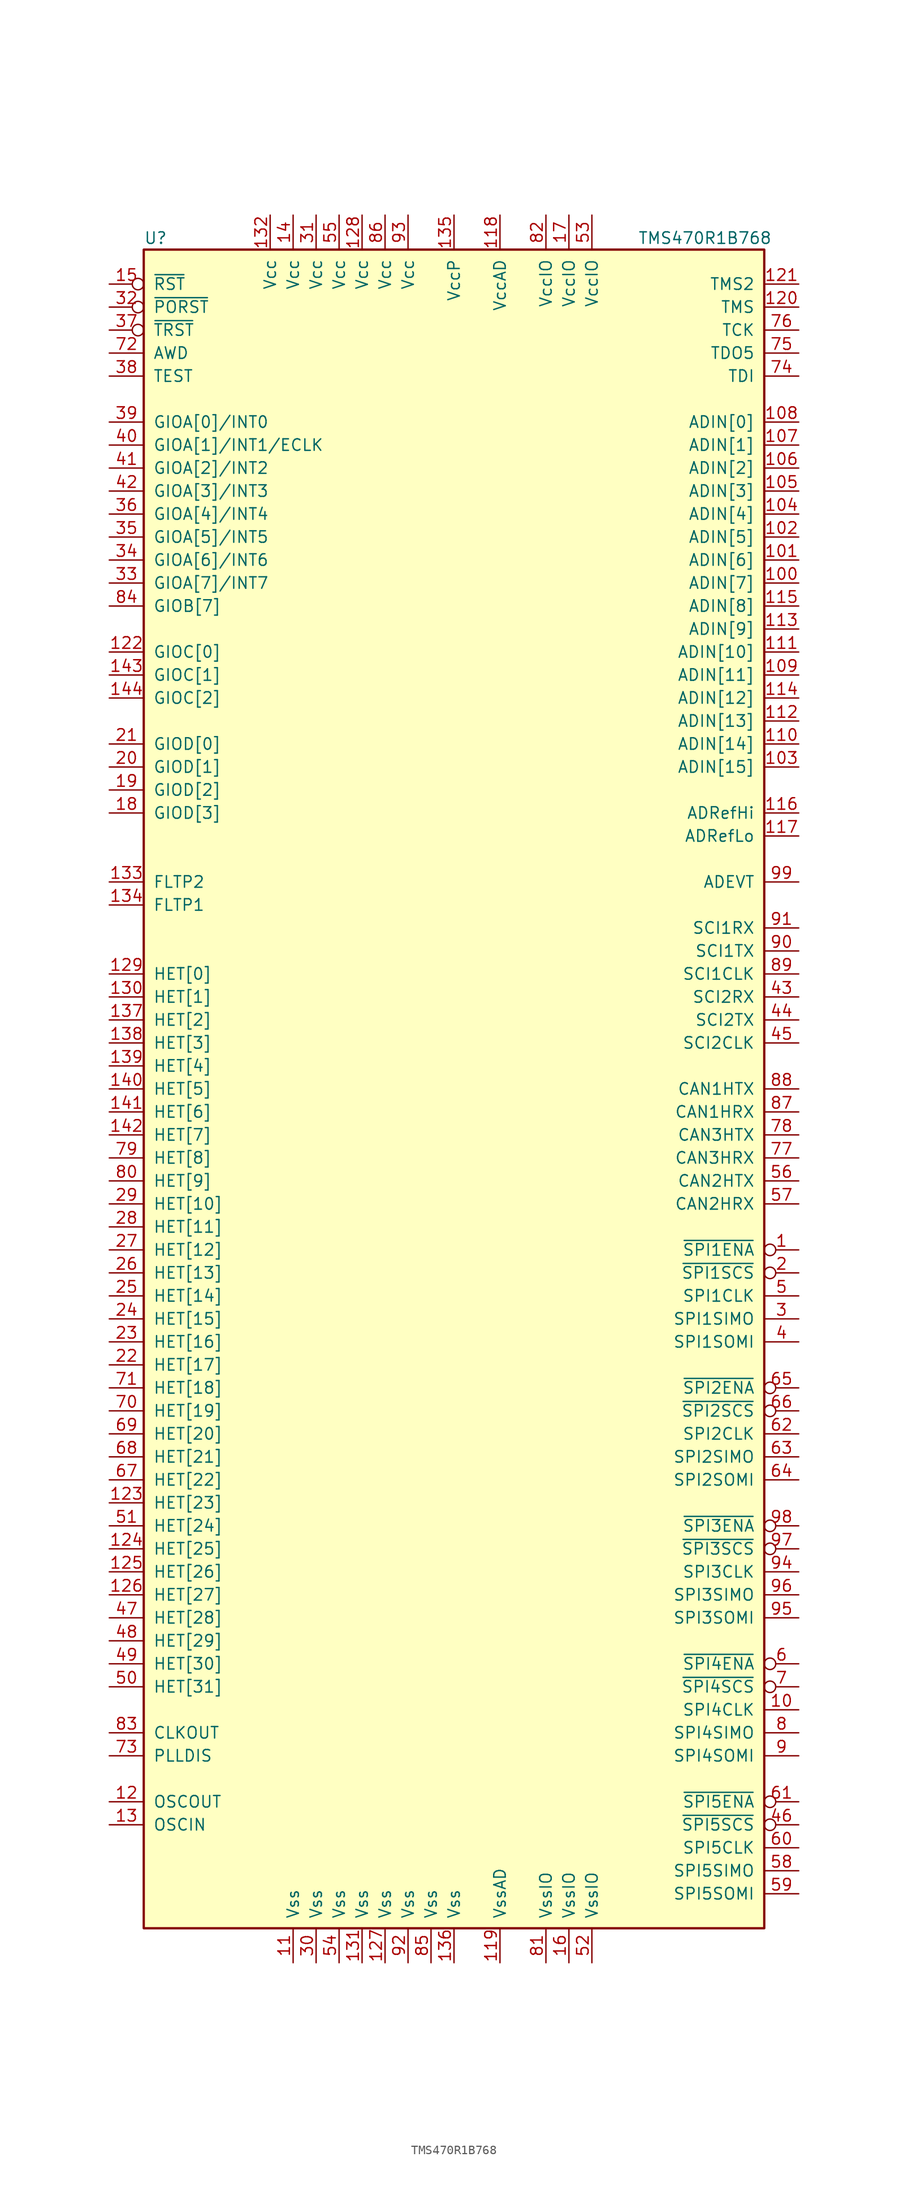
<source format=kicad_sym>
(kicad_symbol_lib
  (version 20231120)
  (generator "kicad_symbol_editor")
  (generator_version "8.0")
  (symbol "TMS470R1B768"
    (pin_names
      (offset 1.016))
    (property "Reference" "U"
      (at -34.29 93.98 0)
      (effects (font (size 1.27 1.27)) (justify left)))
    (property "Value" "TMS470R1B768"
      (at 20.32 93.98 0)
      (effects (font (size 1.27 1.27)) (justify left)))
    (symbol "TMS470R1B768_0_1"
      (rectangle (start -34.29 92.71) (end 34.29 -92.71) (stroke (width 0.254) (type default)) (fill (type background))))
    (symbol "TMS470R1B768_1_1"
      (pin passive inverted (at 38.1 -17.78 180) (length 3.81) (name "~{SPI1ENA}" (effects (font (size 1.27 1.27)))) (number "1" (effects (font (size 1.27 1.27)))))
      (pin passive line (at 38.1 -68.58 180) (length 3.81) (name "SPI4CLK" (effects (font (size 1.27 1.27)))) (number "10" (effects (font (size 1.27 1.27)))))
      (pin passive line (at 38.1 55.88 180) (length 3.81) (name "ADIN[7]" (effects (font (size 1.27 1.27)))) (number "100" (effects (font (size 1.27 1.27)))))
      (pin passive line (at 38.1 58.42 180) (length 3.81) (name "ADIN[6]" (effects (font (size 1.27 1.27)))) (number "101" (effects (font (size 1.27 1.27)))))
      (pin passive line (at 38.1 60.96 180) (length 3.81) (name "ADIN[5]" (effects (font (size 1.27 1.27)))) (number "102" (effects (font (size 1.27 1.27)))))
      (pin passive line (at 38.1 35.56 180) (length 3.81) (name "ADIN[15]" (effects (font (size 1.27 1.27)))) (number "103" (effects (font (size 1.27 1.27)))))
      (pin passive line (at 38.1 63.5 180) (length 3.81) (name "ADIN[4]" (effects (font (size 1.27 1.27)))) (number "104" (effects (font (size 1.27 1.27)))))
      (pin passive line (at 38.1 66.04 180) (length 3.81) (name "ADIN[3]" (effects (font (size 1.27 1.27)))) (number "105" (effects (font (size 1.27 1.27)))))
      (pin passive line (at 38.1 68.58 180) (length 3.81) (name "ADIN[2]" (effects (font (size 1.27 1.27)))) (number "106" (effects (font (size 1.27 1.27)))))
      (pin passive line (at 38.1 71.12 180) (length 3.81) (name "ADIN[1]" (effects (font (size 1.27 1.27)))) (number "107" (effects (font (size 1.27 1.27)))))
      (pin passive line (at 38.1 73.66 180) (length 3.81) (name "ADIN[0]" (effects (font (size 1.27 1.27)))) (number "108" (effects (font (size 1.27 1.27)))))
      (pin passive line (at 38.1 45.72 180) (length 3.81) (name "ADIN[11]" (effects (font (size 1.27 1.27)))) (number "109" (effects (font (size 1.27 1.27)))))
      (pin power_in line (at -17.78 -96.52 90) (length 3.81) (name "Vss" (effects (font (size 1.27 1.27)))) (number "11" (effects (font (size 1.27 1.27)))))
      (pin passive line (at 38.1 38.1 180) (length 3.81) (name "ADIN[14]" (effects (font (size 1.27 1.27)))) (number "110" (effects (font (size 1.27 1.27)))))
      (pin passive line (at 38.1 48.26 180) (length 3.81) (name "ADIN[10]" (effects (font (size 1.27 1.27)))) (number "111" (effects (font (size 1.27 1.27)))))
      (pin passive line (at 38.1 40.64 180) (length 3.81) (name "ADIN[13]" (effects (font (size 1.27 1.27)))) (number "112" (effects (font (size 1.27 1.27)))))
      (pin passive line (at 38.1 50.8 180) (length 3.81) (name "ADIN[9]" (effects (font (size 1.27 1.27)))) (number "113" (effects (font (size 1.27 1.27)))))
      (pin passive line (at 38.1 43.18 180) (length 3.81) (name "ADIN[12]" (effects (font (size 1.27 1.27)))) (number "114" (effects (font (size 1.27 1.27)))))
      (pin passive line (at 38.1 53.34 180) (length 3.81) (name "ADIN[8]" (effects (font (size 1.27 1.27)))) (number "115" (effects (font (size 1.27 1.27)))))
      (pin passive line (at 38.1 30.48 180) (length 3.81) (name "ADRefHi" (effects (font (size 1.27 1.27)))) (number "116" (effects (font (size 1.27 1.27)))))
      (pin passive line (at 38.1 27.94 180) (length 3.81) (name "ADRefLo" (effects (font (size 1.27 1.27)))) (number "117" (effects (font (size 1.27 1.27)))))
      (pin passive line (at 5.08 96.52 270) (length 3.81) (name "VccAD" (effects (font (size 1.27 1.27)))) (number "118" (effects (font (size 1.27 1.27)))))
      (pin passive line (at 5.08 -96.52 90) (length 3.81) (name "VssAD" (effects (font (size 1.27 1.27)))) (number "119" (effects (font (size 1.27 1.27)))))
      (pin passive line (at -38.1 -78.74 0) (length 3.81) (name "OSCOUT" (effects (font (size 1.27 1.27)))) (number "12" (effects (font (size 1.27 1.27)))))
      (pin passive line (at 38.1 86.36 180) (length 3.81) (name "TMS" (effects (font (size 1.27 1.27)))) (number "120" (effects (font (size 1.27 1.27)))))
      (pin passive line (at 38.1 88.9 180) (length 3.81) (name "TMS2" (effects (font (size 1.27 1.27)))) (number "121" (effects (font (size 1.27 1.27)))))
      (pin passive line (at -38.1 48.26 0) (length 3.81) (name "GIOC[0]" (effects (font (size 1.27 1.27)))) (number "122" (effects (font (size 1.27 1.27)))))
      (pin passive line (at -38.1 -45.72 0) (length 3.81) (name "HET[23]" (effects (font (size 1.27 1.27)))) (number "123" (effects (font (size 1.27 1.27)))))
      (pin passive line (at -38.1 -50.8 0) (length 3.81) (name "HET[25]" (effects (font (size 1.27 1.27)))) (number "124" (effects (font (size 1.27 1.27)))))
      (pin passive line (at -38.1 -53.34 0) (length 3.81) (name "HET[26]" (effects (font (size 1.27 1.27)))) (number "125" (effects (font (size 1.27 1.27)))))
      (pin passive line (at -38.1 -55.88 0) (length 3.81) (name "HET[27]" (effects (font (size 1.27 1.27)))) (number "126" (effects (font (size 1.27 1.27)))))
      (pin passive line (at -7.62 -96.52 90) (length 3.81) (name "Vss" (effects (font (size 1.27 1.27)))) (number "127" (effects (font (size 1.27 1.27)))))
      (pin passive line (at -10.16 96.52 270) (length 3.81) (name "Vcc" (effects (font (size 1.27 1.27)))) (number "128" (effects (font (size 1.27 1.27)))))
      (pin passive line (at -38.1 12.7 0) (length 3.81) (name "HET[0]" (effects (font (size 1.27 1.27)))) (number "129" (effects (font (size 1.27 1.27)))))
      (pin passive line (at -38.1 -81.28 0) (length 3.81) (name "OSCIN" (effects (font (size 1.27 1.27)))) (number "13" (effects (font (size 1.27 1.27)))))
      (pin passive line (at -38.1 10.16 0) (length 3.81) (name "HET[1]" (effects (font (size 1.27 1.27)))) (number "130" (effects (font (size 1.27 1.27)))))
      (pin passive line (at -10.16 -96.52 90) (length 3.81) (name "Vss" (effects (font (size 1.27 1.27)))) (number "131" (effects (font (size 1.27 1.27)))))
      (pin passive line (at -20.32 96.52 270) (length 3.81) (name "Vcc" (effects (font (size 1.27 1.27)))) (number "132" (effects (font (size 1.27 1.27)))))
      (pin passive line (at -38.1 22.86 0) (length 3.81) (name "FLTP2" (effects (font (size 1.27 1.27)))) (number "133" (effects (font (size 1.27 1.27)))))
      (pin passive line (at -38.1 20.32 0) (length 3.81) (name "FLTP1" (effects (font (size 1.27 1.27)))) (number "134" (effects (font (size 1.27 1.27)))))
      (pin passive line (at 0 96.52 270) (length 3.81) (name "VccP" (effects (font (size 1.27 1.27)))) (number "135" (effects (font (size 1.27 1.27)))))
      (pin passive line (at 0 -96.52 90) (length 3.81) (name "Vss" (effects (font (size 1.27 1.27)))) (number "136" (effects (font (size 1.27 1.27)))))
      (pin passive line (at -38.1 7.62 0) (length 3.81) (name "HET[2]" (effects (font (size 1.27 1.27)))) (number "137" (effects (font (size 1.27 1.27)))))
      (pin passive line (at -38.1 5.08 0) (length 3.81) (name "HET[3]" (effects (font (size 1.27 1.27)))) (number "138" (effects (font (size 1.27 1.27)))))
      (pin passive line (at -38.1 2.54 0) (length 3.81) (name "HET[4]" (effects (font (size 1.27 1.27)))) (number "139" (effects (font (size 1.27 1.27)))))
      (pin power_in line (at -17.78 96.52 270) (length 3.81) (name "Vcc" (effects (font (size 1.27 1.27)))) (number "14" (effects (font (size 1.27 1.27)))))
      (pin passive line (at -38.1 0 0) (length 3.81) (name "HET[5]" (effects (font (size 1.27 1.27)))) (number "140" (effects (font (size 1.27 1.27)))))
      (pin passive line (at -38.1 -2.54 0) (length 3.81) (name "HET[6]" (effects (font (size 1.27 1.27)))) (number "141" (effects (font (size 1.27 1.27)))))
      (pin passive line (at -38.1 -5.08 0) (length 3.81) (name "HET[7]" (effects (font (size 1.27 1.27)))) (number "142" (effects (font (size 1.27 1.27)))))
      (pin passive line (at -38.1 45.72 0) (length 3.81) (name "GIOC[1]" (effects (font (size 1.27 1.27)))) (number "143" (effects (font (size 1.27 1.27)))))
      (pin passive line (at -38.1 43.18 0) (length 3.81) (name "GIOC[2]" (effects (font (size 1.27 1.27)))) (number "144" (effects (font (size 1.27 1.27)))))
      (pin input inverted (at -38.1 88.9 0) (length 3.81) (name "~{RST}" (effects (font (size 1.27 1.27)))) (number "15" (effects (font (size 1.27 1.27)))))
      (pin power_in line (at 12.7 -96.52 90) (length 3.81) (name "VssIO" (effects (font (size 1.27 1.27)))) (number "16" (effects (font (size 1.27 1.27)))))
      (pin power_in line (at 12.7 96.52 270) (length 3.81) (name "VccIO" (effects (font (size 1.27 1.27)))) (number "17" (effects (font (size 1.27 1.27)))))
      (pin passive line (at -38.1 30.48 0) (length 3.81) (name "GIOD[3]" (effects (font (size 1.27 1.27)))) (number "18" (effects (font (size 1.27 1.27)))))
      (pin passive line (at -38.1 33.02 0) (length 3.81) (name "GIOD[2]" (effects (font (size 1.27 1.27)))) (number "19" (effects (font (size 1.27 1.27)))))
      (pin passive inverted (at 38.1 -20.32 180) (length 3.81) (name "~{SPI1SCS}" (effects (font (size 1.27 1.27)))) (number "2" (effects (font (size 1.27 1.27)))))
      (pin passive line (at -38.1 35.56 0) (length 3.81) (name "GIOD[1]" (effects (font (size 1.27 1.27)))) (number "20" (effects (font (size 1.27 1.27)))))
      (pin passive line (at -38.1 38.1 0) (length 3.81) (name "GIOD[0]" (effects (font (size 1.27 1.27)))) (number "21" (effects (font (size 1.27 1.27)))))
      (pin passive line (at -38.1 -30.48 0) (length 3.81) (name "HET[17]" (effects (font (size 1.27 1.27)))) (number "22" (effects (font (size 1.27 1.27)))))
      (pin passive line (at -38.1 -27.94 0) (length 3.81) (name "HET[16]" (effects (font (size 1.27 1.27)))) (number "23" (effects (font (size 1.27 1.27)))))
      (pin passive line (at -38.1 -25.4 0) (length 3.81) (name "HET[15]" (effects (font (size 1.27 1.27)))) (number "24" (effects (font (size 1.27 1.27)))))
      (pin passive line (at -38.1 -22.86 0) (length 3.81) (name "HET[14]" (effects (font (size 1.27 1.27)))) (number "25" (effects (font (size 1.27 1.27)))))
      (pin passive line (at -38.1 -20.32 0) (length 3.81) (name "HET[13]" (effects (font (size 1.27 1.27)))) (number "26" (effects (font (size 1.27 1.27)))))
      (pin passive line (at -38.1 -17.78 0) (length 3.81) (name "HET[12]" (effects (font (size 1.27 1.27)))) (number "27" (effects (font (size 1.27 1.27)))))
      (pin passive line (at -38.1 -15.24 0) (length 3.81) (name "HET[11]" (effects (font (size 1.27 1.27)))) (number "28" (effects (font (size 1.27 1.27)))))
      (pin passive line (at -38.1 -12.7 0) (length 3.81) (name "HET[10]" (effects (font (size 1.27 1.27)))) (number "29" (effects (font (size 1.27 1.27)))))
      (pin passive line (at 38.1 -25.4 180) (length 3.81) (name "SPI1SIMO" (effects (font (size 1.27 1.27)))) (number "3" (effects (font (size 1.27 1.27)))))
      (pin passive line (at -15.24 -96.52 90) (length 3.81) (name "Vss" (effects (font (size 1.27 1.27)))) (number "30" (effects (font (size 1.27 1.27)))))
      (pin passive line (at -15.24 96.52 270) (length 3.81) (name "Vcc" (effects (font (size 1.27 1.27)))) (number "31" (effects (font (size 1.27 1.27)))))
      (pin input inverted (at -38.1 86.36 0) (length 3.81) (name "~{PORST}" (effects (font (size 1.27 1.27)))) (number "32" (effects (font (size 1.27 1.27)))))
      (pin passive line (at -38.1 55.88 0) (length 3.81) (name "GIOA[7]/INT7" (effects (font (size 1.27 1.27)))) (number "33" (effects (font (size 1.27 1.27)))))
      (pin passive line (at -38.1 58.42 0) (length 3.81) (name "GIOA[6]/INT6" (effects (font (size 1.27 1.27)))) (number "34" (effects (font (size 1.27 1.27)))))
      (pin passive line (at -38.1 60.96 0) (length 3.81) (name "GIOA[5]/INT5" (effects (font (size 1.27 1.27)))) (number "35" (effects (font (size 1.27 1.27)))))
      (pin passive line (at -38.1 63.5 0) (length 3.81) (name "GIOA[4]/INT4" (effects (font (size 1.27 1.27)))) (number "36" (effects (font (size 1.27 1.27)))))
      (pin input inverted (at -38.1 83.82 0) (length 3.81) (name "~{TRST}" (effects (font (size 1.27 1.27)))) (number "37" (effects (font (size 1.27 1.27)))))
      (pin passive line (at -38.1 78.74 0) (length 3.81) (name "TEST" (effects (font (size 1.27 1.27)))) (number "38" (effects (font (size 1.27 1.27)))))
      (pin input line (at -38.1 73.66 0) (length 3.81) (name "GIOA[0]/INT0" (effects (font (size 1.27 1.27)))) (number "39" (effects (font (size 1.27 1.27)))))
      (pin passive line (at 38.1 -27.94 180) (length 3.81) (name "SPI1SOMI" (effects (font (size 1.27 1.27)))) (number "4" (effects (font (size 1.27 1.27)))))
      (pin passive line (at -38.1 71.12 0) (length 3.81) (name "GIOA[1]/INT1/ECLK" (effects (font (size 1.27 1.27)))) (number "40" (effects (font (size 1.27 1.27)))))
      (pin passive line (at -38.1 68.58 0) (length 3.81) (name "GIOA[2]/INT2" (effects (font (size 1.27 1.27)))) (number "41" (effects (font (size 1.27 1.27)))))
      (pin passive line (at -38.1 66.04 0) (length 3.81) (name "GIOA[3]/INT3" (effects (font (size 1.27 1.27)))) (number "42" (effects (font (size 1.27 1.27)))))
      (pin passive line (at 38.1 10.16 180) (length 3.81) (name "SCI2RX" (effects (font (size 1.27 1.27)))) (number "43" (effects (font (size 1.27 1.27)))))
      (pin passive line (at 38.1 7.62 180) (length 3.81) (name "SCI2TX" (effects (font (size 1.27 1.27)))) (number "44" (effects (font (size 1.27 1.27)))))
      (pin passive line (at 38.1 5.08 180) (length 3.81) (name "SCI2CLK" (effects (font (size 1.27 1.27)))) (number "45" (effects (font (size 1.27 1.27)))))
      (pin passive inverted (at 38.1 -81.28 180) (length 3.81) (name "~{SPI5SCS}" (effects (font (size 1.27 1.27)))) (number "46" (effects (font (size 1.27 1.27)))))
      (pin passive line (at -38.1 -58.42 0) (length 3.81) (name "HET[28]" (effects (font (size 1.27 1.27)))) (number "47" (effects (font (size 1.27 1.27)))))
      (pin passive line (at -38.1 -60.96 0) (length 3.81) (name "HET[29]" (effects (font (size 1.27 1.27)))) (number "48" (effects (font (size 1.27 1.27)))))
      (pin passive line (at -38.1 -63.5 0) (length 3.81) (name "HET[30]" (effects (font (size 1.27 1.27)))) (number "49" (effects (font (size 1.27 1.27)))))
      (pin passive line (at 38.1 -22.86 180) (length 3.81) (name "SPI1CLK" (effects (font (size 1.27 1.27)))) (number "5" (effects (font (size 1.27 1.27)))))
      (pin passive line (at -38.1 -66.04 0) (length 3.81) (name "HET[31]" (effects (font (size 1.27 1.27)))) (number "50" (effects (font (size 1.27 1.27)))))
      (pin passive line (at -38.1 -48.26 0) (length 3.81) (name "HET[24]" (effects (font (size 1.27 1.27)))) (number "51" (effects (font (size 1.27 1.27)))))
      (pin power_in line (at 15.24 -96.52 90) (length 3.81) (name "VssIO" (effects (font (size 1.27 1.27)))) (number "52" (effects (font (size 1.27 1.27)))))
      (pin power_in line (at 15.24 96.52 270) (length 3.81) (name "VccIO" (effects (font (size 1.27 1.27)))) (number "53" (effects (font (size 1.27 1.27)))))
      (pin power_in line (at -12.7 -96.52 90) (length 3.81) (name "Vss" (effects (font (size 1.27 1.27)))) (number "54" (effects (font (size 1.27 1.27)))))
      (pin unspecified line (at -12.7 96.52 270) (length 3.81) (name "Vcc" (effects (font (size 1.27 1.27)))) (number "55" (effects (font (size 1.27 1.27)))))
      (pin passive line (at 38.1 -10.16 180) (length 3.81) (name "CAN2HTX" (effects (font (size 1.27 1.27)))) (number "56" (effects (font (size 1.27 1.27)))))
      (pin passive line (at 38.1 -12.7 180) (length 3.81) (name "CAN2HRX" (effects (font (size 1.27 1.27)))) (number "57" (effects (font (size 1.27 1.27)))))
      (pin passive line (at 38.1 -86.36 180) (length 3.81) (name "SPI5SIMO" (effects (font (size 1.27 1.27)))) (number "58" (effects (font (size 1.27 1.27)))))
      (pin passive line (at 38.1 -88.9 180) (length 3.81) (name "SPI5SOMI" (effects (font (size 1.27 1.27)))) (number "59" (effects (font (size 1.27 1.27)))))
      (pin passive inverted (at 38.1 -63.5 180) (length 3.81) (name "~{SPI4ENA}" (effects (font (size 1.27 1.27)))) (number "6" (effects (font (size 1.27 1.27)))))
      (pin passive line (at 38.1 -83.82 180) (length 3.81) (name "SPI5CLK" (effects (font (size 1.27 1.27)))) (number "60" (effects (font (size 1.27 1.27)))))
      (pin passive inverted (at 38.1 -78.74 180) (length 3.81) (name "~{SPI5ENA}" (effects (font (size 1.27 1.27)))) (number "61" (effects (font (size 1.27 1.27)))))
      (pin passive line (at 38.1 -38.1 180) (length 3.81) (name "SPI2CLK" (effects (font (size 1.27 1.27)))) (number "62" (effects (font (size 1.27 1.27)))))
      (pin passive line (at 38.1 -40.64 180) (length 3.81) (name "SPI2SIMO" (effects (font (size 1.27 1.27)))) (number "63" (effects (font (size 1.27 1.27)))))
      (pin passive line (at 38.1 -43.18 180) (length 3.81) (name "SPI2SOMI" (effects (font (size 1.27 1.27)))) (number "64" (effects (font (size 1.27 1.27)))))
      (pin passive inverted (at 38.1 -33.02 180) (length 3.81) (name "~{SPI2ENA}" (effects (font (size 1.27 1.27)))) (number "65" (effects (font (size 1.27 1.27)))))
      (pin passive inverted (at 38.1 -35.56 180) (length 3.81) (name "~{SPI2SCS}" (effects (font (size 1.27 1.27)))) (number "66" (effects (font (size 1.27 1.27)))))
      (pin passive line (at -38.1 -43.18 0) (length 3.81) (name "HET[22]" (effects (font (size 1.27 1.27)))) (number "67" (effects (font (size 1.27 1.27)))))
      (pin passive line (at -38.1 -40.64 0) (length 3.81) (name "HET[21]" (effects (font (size 1.27 1.27)))) (number "68" (effects (font (size 1.27 1.27)))))
      (pin passive line (at -38.1 -38.1 0) (length 3.81) (name "HET[20]" (effects (font (size 1.27 1.27)))) (number "69" (effects (font (size 1.27 1.27)))))
      (pin passive inverted (at 38.1 -66.04 180) (length 3.81) (name "~{SPI4SCS}" (effects (font (size 1.27 1.27)))) (number "7" (effects (font (size 1.27 1.27)))))
      (pin passive line (at -38.1 -35.56 0) (length 3.81) (name "HET[19]" (effects (font (size 1.27 1.27)))) (number "70" (effects (font (size 1.27 1.27)))))
      (pin passive line (at -38.1 -33.02 0) (length 3.81) (name "HET[18]" (effects (font (size 1.27 1.27)))) (number "71" (effects (font (size 1.27 1.27)))))
      (pin passive line (at -38.1 81.28 0) (length 3.81) (name "AWD" (effects (font (size 1.27 1.27)))) (number "72" (effects (font (size 1.27 1.27)))))
      (pin passive line (at -38.1 -73.66 0) (length 3.81) (name "PLLDIS" (effects (font (size 1.27 1.27)))) (number "73" (effects (font (size 1.27 1.27)))))
      (pin passive line (at 38.1 78.74 180) (length 3.81) (name "TDI" (effects (font (size 1.27 1.27)))) (number "74" (effects (font (size 1.27 1.27)))))
      (pin passive line (at 38.1 81.28 180) (length 3.81) (name "TDO5" (effects (font (size 1.27 1.27)))) (number "75" (effects (font (size 1.27 1.27)))))
      (pin passive line (at 38.1 83.82 180) (length 3.81) (name "TCK" (effects (font (size 1.27 1.27)))) (number "76" (effects (font (size 1.27 1.27)))))
      (pin passive line (at 38.1 -7.62 180) (length 3.81) (name "CAN3HRX" (effects (font (size 1.27 1.27)))) (number "77" (effects (font (size 1.27 1.27)))))
      (pin passive line (at 38.1 -5.08 180) (length 3.81) (name "CAN3HTX" (effects (font (size 1.27 1.27)))) (number "78" (effects (font (size 1.27 1.27)))))
      (pin passive line (at -38.1 -7.62 0) (length 3.81) (name "HET[8]" (effects (font (size 1.27 1.27)))) (number "79" (effects (font (size 1.27 1.27)))))
      (pin passive line (at 38.1 -71.12 180) (length 3.81) (name "SPI4SIMO" (effects (font (size 1.27 1.27)))) (number "8" (effects (font (size 1.27 1.27)))))
      (pin passive line (at -38.1 -10.16 0) (length 3.81) (name "HET[9]" (effects (font (size 1.27 1.27)))) (number "80" (effects (font (size 1.27 1.27)))))
      (pin passive line (at 10.16 -96.52 90) (length 3.81) (name "VssIO" (effects (font (size 1.27 1.27)))) (number "81" (effects (font (size 1.27 1.27)))))
      (pin passive line (at 10.16 96.52 270) (length 3.81) (name "VccIO" (effects (font (size 1.27 1.27)))) (number "82" (effects (font (size 1.27 1.27)))))
      (pin passive line (at -38.1 -71.12 0) (length 3.81) (name "CLKOUT" (effects (font (size 1.27 1.27)))) (number "83" (effects (font (size 1.27 1.27)))))
      (pin passive line (at -38.1 53.34 0) (length 3.81) (name "GIOB[7]" (effects (font (size 1.27 1.27)))) (number "84" (effects (font (size 1.27 1.27)))))
      (pin passive line (at -2.54 -96.52 90) (length 3.81) (name "Vss" (effects (font (size 1.27 1.27)))) (number "85" (effects (font (size 1.27 1.27)))))
      (pin passive line (at -7.62 96.52 270) (length 3.81) (name "Vcc" (effects (font (size 1.27 1.27)))) (number "86" (effects (font (size 1.27 1.27)))))
      (pin passive line (at 38.1 -2.54 180) (length 3.81) (name "CAN1HRX" (effects (font (size 1.27 1.27)))) (number "87" (effects (font (size 1.27 1.27)))))
      (pin passive line (at 38.1 0 180) (length 3.81) (name "CAN1HTX" (effects (font (size 1.27 1.27)))) (number "88" (effects (font (size 1.27 1.27)))))
      (pin passive line (at 38.1 12.7 180) (length 3.81) (name "SCI1CLK" (effects (font (size 1.27 1.27)))) (number "89" (effects (font (size 1.27 1.27)))))
      (pin passive line (at 38.1 -73.66 180) (length 3.81) (name "SPI4SOMI" (effects (font (size 1.27 1.27)))) (number "9" (effects (font (size 1.27 1.27)))))
      (pin passive line (at 38.1 15.24 180) (length 3.81) (name "SCI1TX" (effects (font (size 1.27 1.27)))) (number "90" (effects (font (size 1.27 1.27)))))
      (pin passive line (at 38.1 17.78 180) (length 3.81) (name "SCI1RX" (effects (font (size 1.27 1.27)))) (number "91" (effects (font (size 1.27 1.27)))))
      (pin passive line (at -5.08 -96.52 90) (length 3.81) (name "Vss" (effects (font (size 1.27 1.27)))) (number "92" (effects (font (size 1.27 1.27)))))
      (pin passive line (at -5.08 96.52 270) (length 3.81) (name "Vcc" (effects (font (size 1.27 1.27)))) (number "93" (effects (font (size 1.27 1.27)))))
      (pin passive line (at 38.1 -53.34 180) (length 3.81) (name "SPI3CLK" (effects (font (size 1.27 1.27)))) (number "94" (effects (font (size 1.27 1.27)))))
      (pin passive line (at 38.1 -58.42 180) (length 3.81) (name "SPI3SOMI" (effects (font (size 1.27 1.27)))) (number "95" (effects (font (size 1.27 1.27)))))
      (pin passive line (at 38.1 -55.88 180) (length 3.81) (name "SPI3SIMO" (effects (font (size 1.27 1.27)))) (number "96" (effects (font (size 1.27 1.27)))))
      (pin passive inverted (at 38.1 -50.8 180) (length 3.81) (name "~{SPI3SCS}" (effects (font (size 1.27 1.27)))) (number "97" (effects (font (size 1.27 1.27)))))
      (pin passive inverted (at 38.1 -48.26 180) (length 3.81) (name "~{SPI3ENA}" (effects (font (size 1.27 1.27)))) (number "98" (effects (font (size 1.27 1.27)))))
      (pin passive line (at 38.1 22.86 180) (length 3.81) (name "ADEVT" (effects (font (size 1.27 1.27)))) (number "99" (effects (font (size 1.27 1.27))))))))
</source>
